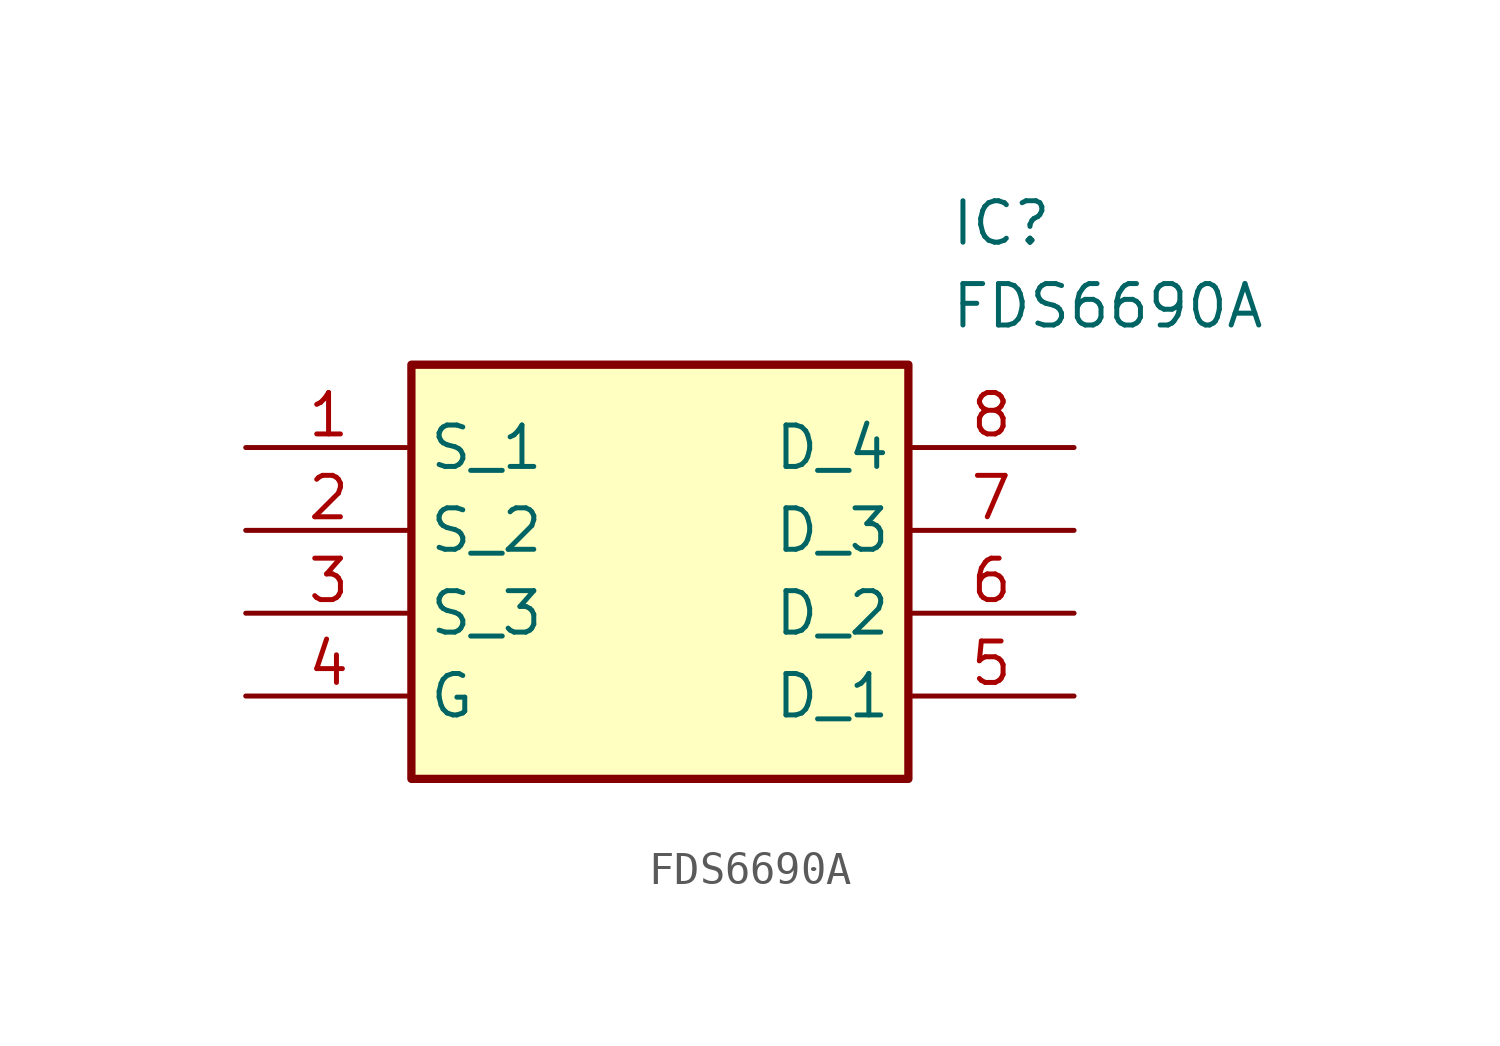
<source format=kicad_sym>
(kicad_symbol_lib
  (version 20211014)
  (generator SamacSys_ECAD_Model)
  (symbol "FDS6690A"
    (property "Reference" "IC"
      (at 21.59 7.62 0)
      (effects (font (size 1.27 1.27)) (justify left top)))
    (property "Value" "FDS6690A"
      (at 21.59 5.08 0)
      (effects (font (size 1.27 1.27)) (justify left top)))
    (rectangle
      (start 5.08 2.54)
      (end 20.32 -10.16)
      (stroke (width 0.254) (type default))
      (fill (type background)))
    (pin passive line
      (at 0 0 0)
      (length 5.08)
      (name "S_1" (effects (font (size 1.27 1.27))))
      (number "1" (effects (font (size 1.27 1.27)))))
    (pin passive line
      (at 0 -2.54 0)
      (length 5.08)
      (name "S_2" (effects (font (size 1.27 1.27))))
      (number "2" (effects (font (size 1.27 1.27)))))
    (pin passive line
      (at 0 -5.08 0)
      (length 5.08)
      (name "S_3" (effects (font (size 1.27 1.27))))
      (number "3" (effects (font (size 1.27 1.27)))))
    (pin passive line
      (at 0 -7.62 0)
      (length 5.08)
      (name "G" (effects (font (size 1.27 1.27))))
      (number "4" (effects (font (size 1.27 1.27)))))
    (pin passive line
      (at 25.4 0 180)
      (length 5.08)
      (name "D_4" (effects (font (size 1.27 1.27))))
      (number "8" (effects (font (size 1.27 1.27)))))
    (pin passive line
      (at 25.4 -2.54 180)
      (length 5.08)
      (name "D_3" (effects (font (size 1.27 1.27))))
      (number "7" (effects (font (size 1.27 1.27)))))
    (pin passive line
      (at 25.4 -5.08 180)
      (length 5.08)
      (name "D_2" (effects (font (size 1.27 1.27))))
      (number "6" (effects (font (size 1.27 1.27)))))
    (pin passive line
      (at 25.4 -7.62 180)
      (length 5.08)
      (name "D_1" (effects (font (size 1.27 1.27))))
      (number "5" (effects (font (size 1.27 1.27)))))))
</source>
